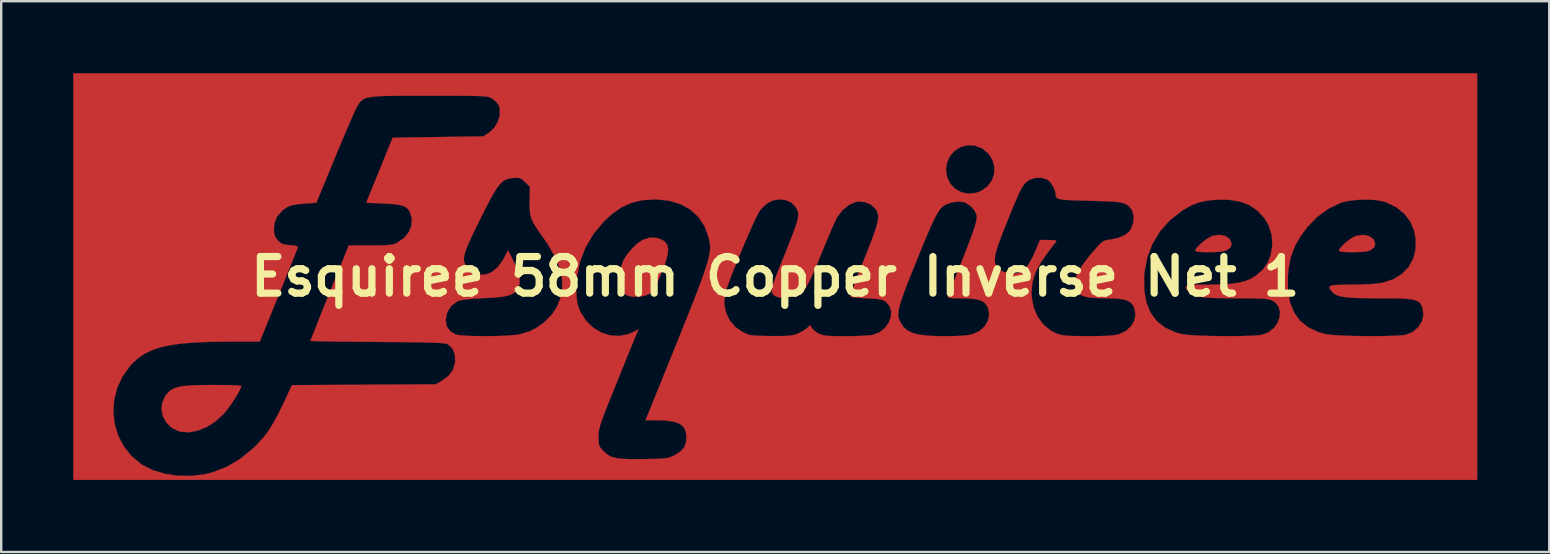
<source format=kicad_pcb>
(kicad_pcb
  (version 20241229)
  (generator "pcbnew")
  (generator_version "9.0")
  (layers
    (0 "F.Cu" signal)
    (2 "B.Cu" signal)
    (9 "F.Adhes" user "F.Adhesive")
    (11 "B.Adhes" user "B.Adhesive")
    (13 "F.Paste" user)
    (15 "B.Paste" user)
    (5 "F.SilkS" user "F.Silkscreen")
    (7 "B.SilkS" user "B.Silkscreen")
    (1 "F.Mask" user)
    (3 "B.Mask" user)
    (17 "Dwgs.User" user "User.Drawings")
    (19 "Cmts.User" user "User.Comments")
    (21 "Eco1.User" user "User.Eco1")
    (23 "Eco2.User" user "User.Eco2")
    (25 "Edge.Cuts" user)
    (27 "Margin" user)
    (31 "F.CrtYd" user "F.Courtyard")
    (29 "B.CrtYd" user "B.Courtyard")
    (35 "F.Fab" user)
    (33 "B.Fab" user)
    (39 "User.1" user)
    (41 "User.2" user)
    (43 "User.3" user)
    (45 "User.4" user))
  (footprint "Esquiree 58mm Copper Inverse Net 1"
    (layer "F.Cu")
    (at 29.243 8.472)
    (property "Reference" "Esquiree 58mm Copper Inverse Net 1" (at 0 0 0) (layer "F.SilkS") (effects (font (size 1.524 1.524) (thickness 0.3))))
    (attr through_hole)
    (fp_poly (pts (xy 18.726 -1.701) (xy 18.905 -1.589) (xy 18.963 -1.51) (xy 19.012 -1.345) (xy 18.954 -1.206) (xy 18.79 -1.087) (xy 18.678 -1.056) (xy 18.499 -1.034) (xy 18.278 -1.02) (xy 18.044 -1.015) (xy 17.822 -1.02) (xy 17.64 -1.034) (xy 17.525 -1.057) (xy 17.498 -1.08) (xy 17.542 -1.177) (xy 17.657 -1.308) (xy 17.816 -1.449) (xy 17.991 -1.578) (xy 18.155 -1.672) (xy 18.22 -1.696) (xy 18.49 -1.739) (xy 18.726 -1.701)) (stroke (width 0.01) (type solid)) (fill yes) (layer "F.Cu"))
    (fp_poly (pts (xy 24.709 -1.701) (xy 24.888 -1.589) (xy 24.947 -1.51) (xy 24.995 -1.345) (xy 24.937 -1.206) (xy 24.774 -1.087) (xy 24.662 -1.056) (xy 24.482 -1.034) (xy 24.261 -1.02) (xy 24.027 -1.015) (xy 23.805 -1.02) (xy 23.623 -1.034) (xy 23.508 -1.057) (xy 23.481 -1.08) (xy 23.525 -1.177) (xy 23.64 -1.308) (xy 23.799 -1.449) (xy 23.974 -1.578) (xy 24.139 -1.672) (xy 24.203 -1.696) (xy 24.473 -1.739) (xy 24.709 -1.701)) (stroke (width 0.01) (type solid)) (fill yes) (layer "F.Cu"))
    (fp_poly (pts (xy -23.064 4.517) (xy -22.755 4.521) (xy -22.504 4.528) (xy -22.329 4.537) (xy -22.244 4.546) (xy -22.239 4.55) (xy -22.271 4.654) (xy -22.357 4.823) (xy -22.481 5.034) (xy -22.628 5.261) (xy -22.784 5.48) (xy -22.932 5.668) (xy -22.982 5.726) (xy -23.315 6.031) (xy -23.679 6.264) (xy -24.055 6.418) (xy -24.426 6.485) (xy -24.772 6.459) (xy -24.853 6.437) (xy -25.145 6.293) (xy -25.364 6.082) (xy -25.506 5.824) (xy -25.564 5.54) (xy -25.534 5.251) (xy -25.409 4.975) (xy -25.3 4.839) (xy -25.188 4.74) (xy -25.054 4.662) (xy -24.883 4.604) (xy -24.662 4.563) (xy -24.375 4.536) (xy -24.008 4.521) (xy -23.546 4.516) (xy -23.414 4.516) (xy -23.064 4.517)) (stroke (width 0.01) (type solid)) (fill yes) (layer "F.Cu"))
    (fp_poly (pts (xy -4.934 -1.61) (xy -4.772 -1.557) (xy -4.607 -1.462) (xy -4.504 -1.331) (xy -4.462 -1.155) (xy -4.483 -0.921) (xy -4.565 -0.619) (xy -4.708 -0.236) (xy -4.757 -0.118) (xy -4.903 0.217) (xy -5.028 0.461) (xy -5.145 0.629) (xy -5.272 0.735) (xy -5.422 0.796) (xy -5.611 0.826) (xy -5.716 0.833) (xy -5.944 0.836) (xy -6.106 0.808) (xy -6.245 0.741) (xy -6.25 0.739) (xy -6.393 0.609) (xy -6.466 0.467) (xy -6.499 0.327) (xy -6.522 0.24) (xy -6.526 0.121) (xy -6.5 -0.067) (xy -6.451 -0.287) (xy -6.389 -0.504) (xy -6.321 -0.679) (xy -6.313 -0.695) (xy -6.16 -0.934) (xy -5.955 -1.177) (xy -5.731 -1.387) (xy -5.522 -1.529) (xy -5.228 -1.625) (xy -4.934 -1.61)) (stroke (width 0.01) (type solid)) (fill yes) (layer "F.Cu"))
    (fp_poly (pts (xy 29.238 8.467) (xy -29.238 8.467) (xy -29.238 5.631) (xy -27.572 5.631) (xy -27.518 6.132) (xy -27.375 6.613) (xy -27.145 7.06) (xy -26.831 7.46) (xy -26.433 7.797) (xy -26.364 7.843) (xy -25.92 8.067) (xy -25.41 8.219) (xy -24.857 8.298) (xy -24.286 8.301) (xy -23.718 8.224) (xy -23.444 8.156) (xy -22.844 7.923) (xy -22.271 7.582) (xy -21.727 7.135) (xy -21.553 6.962) (xy -21.323 6.706) (xy -21.115 6.431) (xy -20.914 6.114) (xy -20.707 5.733) (xy -20.48 5.269) (xy -20.464 5.235) (xy -20.131 4.521) (xy -17.135 4.504) (xy -14.139 4.487) (xy -13.875 4.332) (xy -13.6 4.127) (xy -13.425 3.887) (xy -13.339 3.596) (xy -13.332 3.54) (xy -13.346 3.245) (xy -13.442 3.004) (xy -13.615 2.835) (xy -13.651 2.815) (xy -13.707 2.796) (xy -13.806 2.781) (xy -13.954 2.767) (xy -14.162 2.756) (xy -14.437 2.747) (xy -14.788 2.739) (xy -15.224 2.732) (xy -15.753 2.727) (xy -16.384 2.722) (xy -16.581 2.721) (xy -17.129 2.717) (xy -17.641 2.712) (xy -18.107 2.707) (xy -18.515 2.701) (xy -18.855 2.695) (xy -19.116 2.689) (xy -19.288 2.683) (xy -19.359 2.677) (xy -19.36 2.676) (xy -19.34 2.619) (xy -19.282 2.469) (xy -19.19 2.238) (xy -19.07 1.937) (xy -19.022 1.815) (xy -13.726 1.815) (xy -13.68 2.074) (xy -13.54 2.278) (xy -13.316 2.41) (xy -13.17 2.439) (xy -12.935 2.46) (xy -12.632 2.474) (xy -12.286 2.481) (xy -11.918 2.481) (xy -11.552 2.474) (xy -11.21 2.46) (xy -10.915 2.439) (xy -10.69 2.411) (xy -10.624 2.398) (xy -10.254 2.289) (xy -9.947 2.139) (xy -9.651 1.924) (xy -9.576 1.859) (xy -9.286 1.561) (xy -9.083 1.244) (xy -8.951 0.902) (xy -8.897 0.617) (xy -8.288 0.617) (xy -8.271 0.903) (xy -8.241 1.115) (xy -8.191 1.293) (xy -8.113 1.474) (xy -8.11 1.481) (xy -7.88 1.839) (xy -7.588 2.124) (xy -7.249 2.329) (xy -6.881 2.447) (xy -6.5 2.472) (xy -6.122 2.398) (xy -5.932 2.317) (xy -5.698 2.197) (xy -5.788 2.411) (xy -5.831 2.513) (xy -5.91 2.706) (xy -6.02 2.976) (xy -6.155 3.309) (xy -6.311 3.693) (xy -6.481 4.112) (xy -6.621 4.459) (xy -6.82 4.951) (xy -6.979 5.35) (xy -7.105 5.67) (xy -7.199 5.924) (xy -7.268 6.122) (xy -7.315 6.278) (xy -7.343 6.405) (xy -7.358 6.514) (xy -7.364 6.619) (xy -7.365 6.671) (xy -7.36 6.882) (xy -7.338 7.019) (xy -7.285 7.123) (xy -7.197 7.226) (xy -7.069 7.35) (xy -6.943 7.445) (xy -6.8 7.514) (xy -6.624 7.561) (xy -6.398 7.589) (xy -6.103 7.602) (xy -5.723 7.604) (xy -5.447 7.601) (xy -5.091 7.596) (xy -4.828 7.588) (xy -4.635 7.576) (xy -4.492 7.555) (xy -4.379 7.525) (xy -4.274 7.482) (xy -4.208 7.45) (xy -3.95 7.289) (xy -3.789 7.107) (xy -3.711 6.879) (xy -3.697 6.689) (xy -3.726 6.447) (xy -3.818 6.262) (xy -3.983 6.128) (xy -4.23 6.041) (xy -4.569 5.994) (xy -4.928 5.983) (xy -5.404 5.983) (xy -4.814 4.53) (xy -4.46 3.655) (xy -4.146 2.879) (xy -3.869 2.194) (xy -3.629 1.593) (xy -3.437 1.108) (xy -2.126 1.108) (xy -2.059 1.484) (xy -1.897 1.823) (xy -1.649 2.11) (xy -1.326 2.33) (xy -1.073 2.431) (xy -0.967 2.447) (xy -0.772 2.46) (xy -0.514 2.471) (xy -0.218 2.477) (xy -0.113 2.477) (xy 0.223 2.477) (xy 0.469 2.47) (xy 0.649 2.455) (xy 0.786 2.429) (xy 0.904 2.39) (xy 0.96 2.366) (xy 1.139 2.272) (xy 1.293 2.172) (xy 1.336 2.136) (xy 1.458 2.021) (xy 1.521 2.139) (xy 1.61 2.239) (xy 1.755 2.343) (xy 1.806 2.37) (xy 1.903 2.414) (xy 2.011 2.445) (xy 2.151 2.465) (xy 2.343 2.477) (xy 2.609 2.482) (xy 2.936 2.484) (xy 3.267 2.48) (xy 3.579 2.468) (xy 3.844 2.452) (xy 4.037 2.431) (xy 4.1 2.419) (xy 4.361 2.31) (xy 4.572 2.138) (xy 4.725 1.924) (xy 4.814 1.688) (xy 4.822 1.569) (xy 5.123 1.569) (xy 5.134 1.691) (xy 5.165 1.8) (xy 5.21 1.898) (xy 5.33 2.083) (xy 5.484 2.227) (xy 5.686 2.334) (xy 5.949 2.409) (xy 6.288 2.455) (xy 6.717 2.478) (xy 7.031 2.482) (xy 7.465 2.478) (xy 7.8 2.463) (xy 8.05 2.436) (xy 8.219 2.4) (xy 8.505 2.269) (xy 8.723 2.075) (xy 8.862 1.839) (xy 8.913 1.578) (xy 8.865 1.312) (xy 8.83 1.235) (xy 8.732 1.1) (xy 8.589 1.005) (xy 8.383 0.944) (xy 8.099 0.912) (xy 7.757 0.903) (xy 7.479 0.9) (xy 7.3 0.889) (xy 7.206 0.869) (xy 7.183 0.838) (xy 7.185 0.833) (xy 7.45 0.174) (xy 7.674 -0.389) (xy 7.8 -0.705) (xy 9.143 -0.705) (xy 9.157 -0.569) (xy 9.201 -0.457) (xy 9.232 -0.407) (xy 9.417 -0.237) (xy 9.675 -0.137) (xy 9.903 -0.113) (xy 10.136 -0.151) (xy 10.342 -0.27) (xy 10.531 -0.479) (xy 10.711 -0.787) (xy 10.816 -1.018) (xy 11.03 -1.524) (xy 11.392 -1.524) (xy 11.589 -1.519) (xy 11.69 -1.502) (xy 11.709 -1.47) (xy 11.699 -1.453) (xy 11.641 -1.378) (xy 11.533 -1.239) (xy 11.397 -1.064) (xy 11.357 -1.012) (xy 11.049 -0.571) (xy 10.837 -0.159) (xy 10.714 0.242) (xy 10.674 0.651) (xy 10.681 0.835) (xy 10.761 1.276) (xy 10.927 1.669) (xy 11.17 1.999) (xy 11.48 2.252) (xy 11.716 2.37) (xy 11.834 2.41) (xy 11.965 2.439) (xy 12.129 2.459) (xy 12.345 2.472) (xy 12.634 2.478) (xy 13.014 2.481) (xy 13.451 2.479) (xy 13.79 2.468) (xy 14.046 2.449) (xy 14.236 2.42) (xy 14.315 2.4) (xy 14.601 2.269) (xy 14.819 2.075) (xy 14.958 1.839) (xy 15.009 1.578) (xy 14.961 1.312) (xy 14.926 1.235) (xy 14.835 1.106) (xy 14.705 1.014) (xy 14.519 0.952) (xy 14.259 0.917) (xy 13.91 0.904) (xy 13.788 0.903) (xy 13.396 0.895) (xy 13.099 0.871) (xy 12.88 0.827) (xy 12.722 0.758) (xy 12.608 0.661) (xy 12.59 0.64) (xy 12.491 0.439) (xy 12.483 0.201) (xy 12.538 0.019) (xy 15.365 0.019) (xy 15.375 0.594) (xy 15.465 1.091) (xy 15.637 1.511) (xy 15.892 1.854) (xy 16.23 2.122) (xy 16.652 2.316) (xy 16.954 2.399) (xy 17.13 2.424) (xy 17.394 2.445) (xy 17.725 2.461) (xy 18.103 2.473) (xy 18.507 2.479) (xy 18.916 2.481) (xy 19.31 2.478) (xy 19.669 2.469) (xy 19.97 2.456) (xy 20.195 2.437) (xy 20.299 2.419) (xy 20.562 2.31) (xy 20.772 2.142) (xy 20.923 1.932) (xy 21.01 1.701) (xy 21.028 1.469) (xy 20.969 1.255) (xy 20.83 1.078) (xy 20.714 1.002) (xy 20.636 0.969) (xy 20.538 0.945) (xy 20.405 0.927) (xy 20.221 0.915) (xy 19.97 0.908) (xy 19.637 0.904) (xy 19.241 0.903) (xy 18.722 0.901) (xy 18.303 0.892) (xy 17.972 0.875) (xy 17.717 0.848) (xy 17.525 0.811) (xy 17.384 0.761) (xy 17.282 0.697) (xy 17.23 0.646) (xy 17.142 0.539) (xy 17.1 0.461) (xy 17.115 0.406) (xy 17.197 0.37) (xy 17.359 0.35) (xy 17.61 0.34) (xy 17.961 0.338) (xy 18.02 0.338) (xy 18.534 0.329) (xy 18.953 0.304) (xy 19.294 0.258) (xy 19.574 0.188) (xy 19.81 0.092) (xy 19.932 0.019) (xy 21.35 0.019) (xy 21.358 0.593) (xy 21.448 1.09) (xy 21.619 1.509) (xy 21.874 1.853) (xy 22.213 2.122) (xy 22.635 2.316) (xy 22.937 2.399) (xy 23.113 2.424) (xy 23.377 2.445) (xy 23.708 2.461) (xy 24.086 2.473) (xy 24.49 2.479) (xy 24.899 2.481) (xy 25.293 2.478) (xy 25.652 2.469) (xy 25.954 2.456) (xy 26.178 2.437) (xy 26.282 2.419) (xy 26.566 2.299) (xy 26.79 2.108) (xy 26.94 1.867) (xy 27.003 1.597) (xy 26.967 1.319) (xy 26.967 1.318) (xy 26.92 1.197) (xy 26.859 1.101) (xy 26.77 1.029) (xy 26.641 0.977) (xy 26.457 0.941) (xy 26.207 0.919) (xy 25.876 0.908) (xy 25.452 0.904) (xy 25.224 0.903) (xy 24.705 0.901) (xy 24.286 0.892) (xy 23.955 0.875) (xy 23.7 0.848) (xy 23.508 0.811) (xy 23.367 0.761) (xy 23.265 0.697) (xy 23.213 0.646) (xy 23.125 0.539) (xy 23.083 0.461) (xy 23.098 0.406) (xy 23.18 0.37) (xy 23.342 0.35) (xy 23.593 0.34) (xy 23.944 0.338) (xy 24.003 0.338) (xy 24.494 0.33) (xy 24.905 0.307) (xy 25.223 0.27) (xy 25.315 0.253) (xy 25.749 0.111) (xy 26.109 -0.112) (xy 26.388 -0.403) (xy 26.58 -0.754) (xy 26.678 -1.153) (xy 26.678 -1.591) (xy 26.617 -1.907) (xy 26.459 -2.29) (xy 26.206 -2.622) (xy 25.869 -2.892) (xy 25.46 -3.09) (xy 25.322 -3.134) (xy 25.034 -3.187) (xy 24.68 -3.209) (xy 24.3 -3.201) (xy 23.936 -3.164) (xy 23.63 -3.099) (xy 23.566 -3.078) (xy 23.06 -2.839) (xy 22.59 -2.499) (xy 22.166 -2.067) (xy 21.893 -1.7) (xy 21.647 -1.269) (xy 21.481 -0.828) (xy 21.383 -0.343) (xy 21.35 0.019) (xy 19.932 0.019) (xy 20.009 -0.027) (xy 20.31 -0.285) (xy 20.519 -0.587) (xy 20.635 -0.879) (xy 20.71 -1.311) (xy 20.681 -1.739) (xy 20.551 -2.142) (xy 20.376 -2.435) (xy 20.085 -2.751) (xy 19.747 -2.982) (xy 19.351 -3.13) (xy 18.886 -3.202) (xy 18.421 -3.205) (xy 18.005 -3.169) (xy 17.66 -3.096) (xy 17.344 -2.974) (xy 17.016 -2.79) (xy 16.927 -2.733) (xy 16.431 -2.34) (xy 16.024 -1.88) (xy 15.71 -1.36) (xy 15.494 -0.788) (xy 15.379 -0.168) (xy 15.365 0.019) (xy 12.538 0.019) (xy 12.568 -0.079) (xy 12.747 -0.405) (xy 13.022 -0.78) (xy 13.21 -1.004) (xy 13.398 -1.218) (xy 13.533 -1.362) (xy 13.637 -1.451) (xy 13.732 -1.501) (xy 13.84 -1.528) (xy 13.968 -1.545) (xy 14.289 -1.612) (xy 14.557 -1.726) (xy 14.748 -1.875) (xy 14.811 -1.964) (xy 14.917 -2.257) (xy 14.933 -2.533) (xy 14.862 -2.772) (xy 14.707 -2.957) (xy 14.579 -3.034) (xy 14.484 -3.066) (xy 14.356 -3.093) (xy 14.178 -3.113) (xy 13.936 -3.13) (xy 13.615 -3.144) (xy 13.2 -3.156) (xy 13.079 -3.159) (xy 12.647 -3.17) (xy 12.315 -3.182) (xy 12.07 -3.197) (xy 11.898 -3.218) (xy 11.787 -3.248) (xy 11.723 -3.288) (xy 11.694 -3.342) (xy 11.685 -3.412) (xy 11.685 -3.428) (xy 11.648 -3.6) (xy 11.558 -3.79) (xy 11.441 -3.955) (xy 11.341 -4.038) (xy 11.09 -4.115) (xy 10.824 -4.111) (xy 10.585 -4.03) (xy 10.501 -3.972) (xy 10.427 -3.906) (xy 10.36 -3.831) (xy 10.293 -3.734) (xy 10.22 -3.604) (xy 10.134 -3.426) (xy 10.03 -3.189) (xy 9.9 -2.881) (xy 9.739 -2.487) (xy 9.625 -2.204) (xy 9.446 -1.751) (xy 9.311 -1.389) (xy 9.217 -1.102) (xy 9.162 -0.878) (xy 9.143 -0.705) (xy 7.8 -0.705) (xy 7.862 -0.864) (xy 8.016 -1.26) (xy 8.139 -1.585) (xy 8.234 -1.847) (xy 8.304 -2.056) (xy 8.352 -2.219) (xy 8.381 -2.345) (xy 8.393 -2.442) (xy 8.393 -2.519) (xy 8.387 -2.562) (xy 8.298 -2.767) (xy 8.129 -2.951) (xy 7.913 -3.081) (xy 7.847 -3.104) (xy 7.625 -3.126) (xy 7.365 -3.091) (xy 7.121 -3.01) (xy 7.03 -2.96) (xy 6.951 -2.899) (xy 6.873 -2.815) (xy 6.79 -2.698) (xy 6.698 -2.539) (xy 6.591 -2.326) (xy 6.465 -2.05) (xy 6.314 -1.701) (xy 6.134 -1.269) (xy 5.919 -0.743) (xy 5.871 -0.625) (xy 5.656 -0.09) (xy 5.481 0.353) (xy 5.345 0.714) (xy 5.244 1.005) (xy 5.175 1.237) (xy 5.136 1.421) (xy 5.123 1.569) (xy 4.822 1.569) (xy 4.83 1.451) (xy 4.767 1.233) (xy 4.615 1.054) (xy 4.608 1.048) (xy 4.518 0.995) (xy 4.403 0.957) (xy 4.238 0.931) (xy 3.999 0.912) (xy 3.811 0.903) (xy 3.552 0.889) (xy 3.337 0.871) (xy 3.188 0.852) (xy 3.132 0.836) (xy 3.142 0.776) (xy 3.19 0.625) (xy 3.272 0.397) (xy 3.381 0.104) (xy 3.513 -0.238) (xy 3.663 -0.617) (xy 3.691 -0.688) (xy 3.887 -1.177) (xy 4.04 -1.576) (xy 4.154 -1.895) (xy 4.232 -2.147) (xy 4.276 -2.344) (xy 4.29 -2.499) (xy 4.275 -2.623) (xy 4.235 -2.729) (xy 4.176 -2.823) (xy 3.989 -2.997) (xy 3.741 -3.103) (xy 3.472 -3.129) (xy 3.338 -3.107) (xy 3.061 -2.98) (xy 2.8 -2.765) (xy 2.585 -2.486) (xy 2.571 -2.462) (xy 2.512 -2.344) (xy 2.42 -2.14) (xy 2.3 -1.866) (xy 2.162 -1.541) (xy 2.013 -1.181) (xy 1.913 -0.936) (xy 1.726 -0.48) (xy 1.57 -0.117) (xy 1.437 0.165) (xy 1.318 0.378) (xy 1.205 0.534) (xy 1.089 0.646) (xy 0.961 0.726) (xy 0.814 0.787) (xy 0.7 0.822) (xy 0.407 0.879) (xy 0.161 0.871) (xy -0.023 0.804) (xy -0.131 0.682) (xy -0.15 0.512) (xy -0.147 0.495) (xy -0.115 0.388) (xy -0.048 0.199) (xy 0.046 -0.051) (xy 0.16 -0.339) (xy 0.235 -0.526) (xy 0.444 -1.041) (xy 0.613 -1.464) (xy 0.744 -1.805) (xy 0.842 -2.076) (xy 0.908 -2.288) (xy 0.946 -2.452) (xy 0.959 -2.58) (xy 0.95 -2.682) (xy 0.922 -2.771) (xy 0.878 -2.857) (xy 0.867 -2.876) (xy 0.687 -3.076) (xy 0.435 -3.189) (xy 0.183 -3.217) (xy -0.094 -3.177) (xy -0.341 -3.05) (xy -0.576 -2.825) (xy -0.65 -2.733) (xy -0.717 -2.62) (xy -0.818 -2.418) (xy -0.944 -2.146) (xy -1.09 -1.819) (xy -1.248 -1.454) (xy -1.411 -1.069) (xy -1.571 -0.68) (xy -1.722 -0.305) (xy -1.857 0.039) (xy -1.968 0.336) (xy -2.049 0.569) (xy -2.09 0.711) (xy -2.126 1.108) (xy -3.437 1.108) (xy -3.422 1.07) (xy -3.247 0.618) (xy -3.101 0.231) (xy -2.982 -0.099) (xy -2.888 -0.379) (xy -2.816 -0.614) (xy -2.765 -0.811) (xy -2.732 -0.978) (xy -2.715 -1.121) (xy -2.712 -1.246) (xy -2.721 -1.361) (xy -2.739 -1.472) (xy -2.764 -1.586) (xy -2.783 -1.661) (xy -2.946 -2.106) (xy -3.196 -2.483) (xy -3.526 -2.787) (xy -3.93 -3.013) (xy -4.401 -3.158) (xy -4.934 -3.216) (xy -5.019 -3.217) (xy -5.531 -3.184) (xy -5.985 -3.077) (xy -6.401 -2.888) (xy -6.802 -2.606) (xy -7.142 -2.293) (xy -7.568 -1.785) (xy -7.9 -1.224) (xy -8.134 -0.621) (xy -8.264 0.011) (xy -8.288 0.617) (xy -8.897 0.617) (xy -8.873 0.489) (xy -8.883 0.066) (xy -8.985 -0.375) (xy -9.181 -0.844) (xy -9.474 -1.35) (xy -9.699 -1.677) (xy -9.906 -1.969) (xy -10.053 -2.2) (xy -10.149 -2.397) (xy -10.204 -2.586) (xy -10.229 -2.796) (xy -10.232 -3.052) (xy -10.23 -3.152) (xy -10.216 -3.736) (xy -10.415 -3.935) (xy -10.538 -4.05) (xy -10.641 -4.105) (xy -10.77 -4.118) (xy -10.925 -4.108) (xy -11.078 -4.088) (xy -11.211 -4.048) (xy -11.335 -3.977) (xy -11.456 -3.865) (xy -11.584 -3.702) (xy -11.727 -3.477) (xy -11.893 -3.179) (xy -12.09 -2.798) (xy -12.298 -2.381) (xy -12.524 -1.923) (xy -12.699 -1.552) (xy -12.829 -1.257) (xy -12.915 -1.024) (xy -12.961 -0.842) (xy -12.971 -0.699) (xy -12.947 -0.581) (xy -12.893 -0.477) (xy -12.816 -0.379) (xy -12.578 -0.177) (xy -12.321 -0.08) (xy -12.058 -0.085) (xy -11.799 -0.191) (xy -11.558 -0.393) (xy -11.344 -0.688) (xy -11.292 -0.784) (xy -11.133 -1.097) (xy -10.892 -0.619) (xy -10.73 -0.252) (xy -10.65 0.053) (xy -10.653 0.305) (xy -10.735 0.517) (xy -10.743 0.529) (xy -10.833 0.639) (xy -10.952 0.724) (xy -11.116 0.787) (xy -11.341 0.834) (xy -11.643 0.868) (xy -12.037 0.893) (xy -12.162 0.899) (xy -12.562 0.921) (xy -12.861 0.947) (xy -13.073 0.978) (xy -13.209 1.016) (xy -13.236 1.028) (xy -13.495 1.22) (xy -13.659 1.473) (xy -13.725 1.779) (xy -13.726 1.815) (xy -19.022 1.815) (xy -18.927 1.578) (xy -18.764 1.172) (xy -18.586 0.732) (xy -18.563 0.675) (xy -17.765 -1.298) (xy -16.867 -1.298) (xy -16.516 -1.3) (xy -16.257 -1.306) (xy -16.07 -1.32) (xy -15.934 -1.341) (xy -15.829 -1.374) (xy -15.76 -1.406) (xy -15.469 -1.605) (xy -15.264 -1.85) (xy -15.151 -2.126) (xy -15.137 -2.417) (xy -15.214 -2.679) (xy -15.289 -2.803) (xy -15.391 -2.894) (xy -15.536 -2.959) (xy -15.745 -3.002) (xy -16.034 -3.03) (xy -16.322 -3.046) (xy -17.037 -3.076) (xy -16.487 -4.431) (xy -16.477 -4.454) (xy 7.112 -4.454) (xy 7.162 -4.13) (xy 7.299 -3.858) (xy 7.507 -3.647) (xy 7.768 -3.508) (xy 8.063 -3.453) (xy 8.376 -3.49) (xy 8.581 -3.57) (xy 8.846 -3.759) (xy 9.025 -4.003) (xy 9.12 -4.28) (xy 9.129 -4.572) (xy 9.053 -4.856) (xy 8.891 -5.114) (xy 8.643 -5.324) (xy 8.606 -5.346) (xy 8.305 -5.459) (xy 8.003 -5.472) (xy 7.719 -5.395) (xy 7.469 -5.238) (xy 7.273 -5.014) (xy 7.148 -4.732) (xy 7.112 -4.454) (xy -16.477 -4.454) (xy -15.936 -5.786) (xy -14.046 -5.814) (xy -12.155 -5.842) (xy -11.926 -5.993) (xy -11.711 -6.19) (xy -11.557 -6.44) (xy -11.474 -6.714) (xy -11.472 -6.983) (xy -11.53 -7.165) (xy -11.625 -7.285) (xy -11.768 -7.401) (xy -11.797 -7.419) (xy -11.848 -7.447) (xy -11.905 -7.471) (xy -11.979 -7.489) (xy -12.079 -7.504) (xy -12.218 -7.515) (xy -12.405 -7.523) (xy -12.651 -7.529) (xy -12.968 -7.532) (xy -13.366 -7.534) (xy -13.855 -7.535) (xy -14.422 -7.535) (xy -15.046 -7.535) (xy -15.568 -7.534) (xy -15.998 -7.53) (xy -16.346 -7.521) (xy -16.622 -7.506) (xy -16.836 -7.483) (xy -17 -7.451) (xy -17.122 -7.409) (xy -17.214 -7.353) (xy -17.286 -7.284) (xy -17.347 -7.199) (xy -17.409 -7.096) (xy -17.426 -7.067) (xy -17.482 -6.956) (xy -17.575 -6.753) (xy -17.699 -6.474) (xy -17.846 -6.132) (xy -18.012 -5.742) (xy -18.191 -5.317) (xy -18.345 -4.944) (xy -19.115 -3.076) (xy -19.625 -3.04) (xy -19.927 -3.012) (xy -20.147 -2.97) (xy -20.317 -2.903) (xy -20.468 -2.801) (xy -20.565 -2.717) (xy -20.76 -2.487) (xy -20.861 -2.231) (xy -20.884 -1.979) (xy -20.87 -1.779) (xy -20.815 -1.634) (xy -20.724 -1.515) (xy -20.617 -1.411) (xy -20.505 -1.352) (xy -20.347 -1.322) (xy -20.212 -1.31) (xy -20.02 -1.291) (xy -19.919 -1.266) (xy -19.889 -1.226) (xy -19.895 -1.192) (xy -19.924 -1.12) (xy -19.989 -0.956) (xy -20.087 -0.712) (xy -20.213 -0.4) (xy -20.361 -0.034) (xy -20.527 0.376) (xy -20.7 0.804) (xy -21.472 2.709) (xy -22.744 2.709) (xy -23.502 2.717) (xy -24.158 2.743) (xy -24.723 2.788) (xy -25.207 2.856) (xy -25.621 2.948) (xy -25.975 3.069) (xy -26.281 3.219) (xy -26.547 3.403) (xy -26.785 3.621) (xy -26.87 3.714) (xy -27.187 4.152) (xy -27.409 4.627) (xy -27.537 5.124) (xy -27.572 5.631) (xy -29.238 5.631) (xy -29.238 -8.467) (xy 29.238 -8.467) (xy 29.238 8.467)) (stroke (width 0.01) (type solid)) (fill yes) (layer "F.Cu"))
    (pad "1" smd circle (at 26.5 -7) (size 1.524 1.524) (layers "F.Cu" "F.Mask" "F.Paste")))
  (gr_rect
    (start -3 -3)
    (end 61.486 19.943)
    (stroke (width 0.1) (type default))
    (fill no)
    (layer "Edge.Cuts")))
</source>
